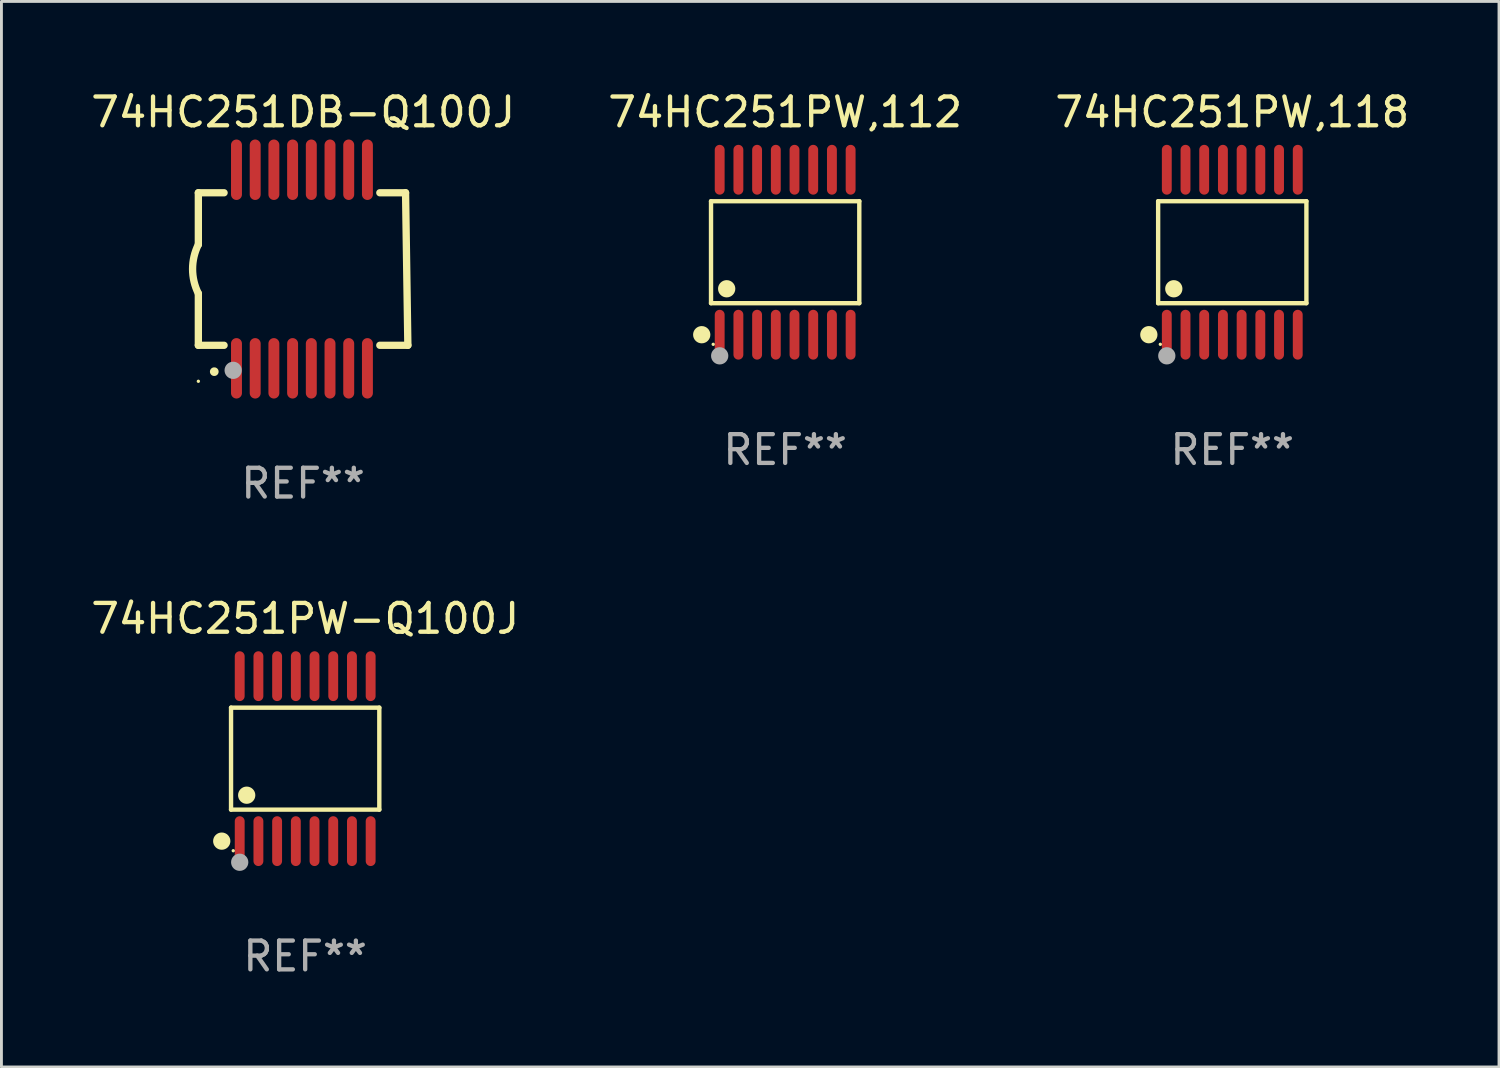
<source format=kicad_pcb>
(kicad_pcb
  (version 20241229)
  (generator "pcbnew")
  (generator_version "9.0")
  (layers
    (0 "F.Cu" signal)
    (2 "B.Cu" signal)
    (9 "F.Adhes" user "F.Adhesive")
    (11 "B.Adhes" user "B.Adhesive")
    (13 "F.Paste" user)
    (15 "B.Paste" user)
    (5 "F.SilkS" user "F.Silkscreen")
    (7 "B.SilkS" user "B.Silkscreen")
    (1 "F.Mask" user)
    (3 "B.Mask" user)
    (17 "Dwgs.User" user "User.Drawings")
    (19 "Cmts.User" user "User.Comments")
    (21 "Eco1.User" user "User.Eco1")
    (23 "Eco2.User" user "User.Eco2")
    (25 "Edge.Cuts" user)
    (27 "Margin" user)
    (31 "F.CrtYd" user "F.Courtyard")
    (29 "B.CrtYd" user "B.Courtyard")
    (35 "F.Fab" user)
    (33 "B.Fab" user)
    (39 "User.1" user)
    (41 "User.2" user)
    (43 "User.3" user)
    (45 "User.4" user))
  (footprint "74HC251PW,112"
    (layer "F.Cu")
    (at 24.232 5.714)
    (property "Reference" "74HC251PW,112" (at 0 -4.866 0) (layer "F.SilkS") (effects (font (size 1 1) (thickness 0.15))))
    (attr through_hole)
    (fp_line (start -2.576 -1.772) (end 2.576 -1.772) (stroke (width 0.152) (type solid)) (layer "F.SilkS"))
    (fp_line (start -2.576 1.771) (end -2.576 -1.772) (stroke (width 0.152) (type solid)) (layer "F.SilkS"))
    (fp_line (start 2.576 -1.772) (end 2.576 1.771) (stroke (width 0.152) (type solid)) (layer "F.SilkS"))
    (fp_line (start 2.576 1.771) (end -2.576 1.771) (stroke (width 0.152) (type solid)) (layer "F.SilkS"))
    (fp_circle (center -2.899 2.866) (end -2.749 2.866) (stroke (width 0.3) (type solid)) (fill no) (layer "F.SilkS"))
    (fp_circle (center -2.5 3.2) (end -2.47 3.2) (stroke (width 0.06) (type solid)) (fill no) (layer "F.SilkS"))
    (fp_circle (center -2.032 1.27) (end -1.882 1.27) (stroke (width 0.3) (type solid)) (fill no) (layer "F.SilkS"))
    (fp_circle (center -2.275 3.6) (end -2.125 3.6) (stroke (width 0.3) (type solid)) (fill no) (layer "F.Fab"))
    (fp_text user "REF**" (at 0 6.866 0) (layer "F.Fab") (effects (font (size 1 1) (thickness 0.15))))
    (pad "1" smd oval (at -2.275 2.866) (size 0.343 1.731) (layers "F.Cu" "F.Mask" "F.Paste"))
    (pad "2" smd oval (at -1.625 2.866) (size 0.343 1.731) (layers "F.Cu" "F.Mask" "F.Paste"))
    (pad "3" smd oval (at -0.975 2.866) (size 0.343 1.731) (layers "F.Cu" "F.Mask" "F.Paste"))
    (pad "4" smd oval (at -0.325 2.866) (size 0.343 1.731) (layers "F.Cu" "F.Mask" "F.Paste"))
    (pad "5" smd oval (at 0.325 2.866) (size 0.343 1.731) (layers "F.Cu" "F.Mask" "F.Paste"))
    (pad "6" smd oval (at 0.975 2.866) (size 0.343 1.731) (layers "F.Cu" "F.Mask" "F.Paste"))
    (pad "7" smd oval (at 1.625 2.866) (size 0.343 1.731) (layers "F.Cu" "F.Mask" "F.Paste"))
    (pad "8" smd oval (at 2.275 2.866) (size 0.343 1.731) (layers "F.Cu" "F.Mask" "F.Paste"))
    (pad "9" smd oval (at 2.275 -2.866) (size 0.343 1.731) (layers "F.Cu" "F.Mask" "F.Paste"))
    (pad "10" smd oval (at 1.625 -2.866) (size 0.343 1.731) (layers "F.Cu" "F.Mask" "F.Paste"))
    (pad "11" smd oval (at 0.975 -2.866) (size 0.343 1.731) (layers "F.Cu" "F.Mask" "F.Paste"))
    (pad "12" smd oval (at 0.325 -2.866) (size 0.343 1.731) (layers "F.Cu" "F.Mask" "F.Paste"))
    (pad "13" smd oval (at -0.325 -2.866) (size 0.343 1.731) (layers "F.Cu" "F.Mask" "F.Paste"))
    (pad "14" smd oval (at -0.975 -2.866) (size 0.343 1.731) (layers "F.Cu" "F.Mask" "F.Paste"))
    (pad "15" smd oval (at -1.625 -2.866) (size 0.343 1.731) (layers "F.Cu" "F.Mask" "F.Paste"))
    (pad "16" smd oval (at -2.275 -2.866) (size 0.343 1.731) (layers "F.Cu" "F.Mask" "F.Paste")))
  (footprint "74HC251PW-Q100J"
    (layer "F.Cu")
    (at 7.554 23.311)
    (property "Reference" "74HC251PW-Q100J" (at 0 -4.866 0) (layer "F.SilkS") (effects (font (size 1 1) (thickness 0.15))))
    (attr through_hole)
    (fp_line (start -2.576 -1.772) (end 2.576 -1.772) (stroke (width 0.152) (type solid)) (layer "F.SilkS"))
    (fp_line (start -2.576 1.771) (end -2.576 -1.772) (stroke (width 0.152) (type solid)) (layer "F.SilkS"))
    (fp_line (start 2.576 -1.772) (end 2.576 1.771) (stroke (width 0.152) (type solid)) (layer "F.SilkS"))
    (fp_line (start 2.576 1.771) (end -2.576 1.771) (stroke (width 0.152) (type solid)) (layer "F.SilkS"))
    (fp_circle (center -2.899 2.866) (end -2.749 2.866) (stroke (width 0.3) (type solid)) (fill no) (layer "F.SilkS"))
    (fp_circle (center -2.5 3.2) (end -2.47 3.2) (stroke (width 0.06) (type solid)) (fill no) (layer "F.SilkS"))
    (fp_circle (center -2.032 1.27) (end -1.882 1.27) (stroke (width 0.3) (type solid)) (fill no) (layer "F.SilkS"))
    (fp_circle (center -2.275 3.6) (end -2.125 3.6) (stroke (width 0.3) (type solid)) (fill no) (layer "F.Fab"))
    (fp_text user "REF**" (at 0 6.866 0) (layer "F.Fab") (effects (font (size 1 1) (thickness 0.15))))
    (pad "1" smd oval (at -2.275 2.866) (size 0.343 1.731) (layers "F.Cu" "F.Mask" "F.Paste"))
    (pad "2" smd oval (at -1.625 2.866) (size 0.343 1.731) (layers "F.Cu" "F.Mask" "F.Paste"))
    (pad "3" smd oval (at -0.975 2.866) (size 0.343 1.731) (layers "F.Cu" "F.Mask" "F.Paste"))
    (pad "4" smd oval (at -0.325 2.866) (size 0.343 1.731) (layers "F.Cu" "F.Mask" "F.Paste"))
    (pad "5" smd oval (at 0.325 2.866) (size 0.343 1.731) (layers "F.Cu" "F.Mask" "F.Paste"))
    (pad "6" smd oval (at 0.975 2.866) (size 0.343 1.731) (layers "F.Cu" "F.Mask" "F.Paste"))
    (pad "7" smd oval (at 1.625 2.866) (size 0.343 1.731) (layers "F.Cu" "F.Mask" "F.Paste"))
    (pad "8" smd oval (at 2.275 2.866) (size 0.343 1.731) (layers "F.Cu" "F.Mask" "F.Paste"))
    (pad "9" smd oval (at 2.275 -2.866) (size 0.343 1.731) (layers "F.Cu" "F.Mask" "F.Paste"))
    (pad "10" smd oval (at 1.625 -2.866) (size 0.343 1.731) (layers "F.Cu" "F.Mask" "F.Paste"))
    (pad "11" smd oval (at 0.975 -2.866) (size 0.343 1.731) (layers "F.Cu" "F.Mask" "F.Paste"))
    (pad "12" smd oval (at 0.325 -2.866) (size 0.343 1.731) (layers "F.Cu" "F.Mask" "F.Paste"))
    (pad "13" smd oval (at -0.325 -2.866) (size 0.343 1.731) (layers "F.Cu" "F.Mask" "F.Paste"))
    (pad "14" smd oval (at -0.975 -2.866) (size 0.343 1.731) (layers "F.Cu" "F.Mask" "F.Paste"))
    (pad "15" smd oval (at -1.625 -2.866) (size 0.343 1.731) (layers "F.Cu" "F.Mask" "F.Paste"))
    (pad "16" smd oval (at -2.275 -2.866) (size 0.343 1.731) (layers "F.Cu" "F.Mask" "F.Paste")))
  (footprint "74HC251DB-Q100J"
    (layer "F.Cu")
    (at 7.482 6.298)
    (property "Reference" "74HC251DB-Q100J" (at 0 -5.45 0) (layer "F.SilkS") (effects (font (size 1 1) (thickness 0.15))))
    (attr through_hole)
    (fp_line (start -3.64 -2.65) (end -3.64 -0.85) (stroke (width 0.254) (type solid)) (layer "F.SilkS"))
    (fp_line (start -3.64 -2.65) (end -2.746 -2.65) (stroke (width 0.254) (type solid)) (layer "F.SilkS"))
    (fp_line (start -3.64 2.65) (end -3.64 0.85) (stroke (width 0.254) (type solid)) (layer "F.SilkS"))
    (fp_line (start -3.64 2.65) (end -2.746 2.65) (stroke (width 0.254) (type solid)) (layer "F.SilkS"))
    (fp_line (start 2.666 -2.65) (end 3.56 -2.65) (stroke (width 0.254) (type solid)) (layer "F.SilkS"))
    (fp_line (start 2.666 2.65) (end 3.64 2.65) (stroke (width 0.254) (type solid)) (layer "F.SilkS"))
    (fp_line (start 3.56 -2.65) (end 3.64 2.65) (stroke (width 0.254) (type solid)) (layer "F.SilkS"))
    (fp_arc (start -3.639294 0.850901) (mid -3.840313 0.000477) (end -3.640005 -0.850114) (stroke (width 0.254001) (type solid)) (layer "F.SilkS"))
    (fp_arc (start -3.088011 3.566066) (mid -3.086741 3.566061) (end -3.085471 3.566066) (stroke (width 0.3) (type solid)) (layer "F.SilkS"))
    (fp_circle (center -3.64 3.9) (end -3.61 3.9) (stroke (width 0.06) (type solid)) (fill no) (layer "F.SilkS"))
    (fp_circle (center -2.43 3.52) (end -2.28 3.52) (stroke (width 0.3) (type solid)) (fill no) (layer "F.Fab"))
    (fp_text user "REF**" (at 0 7.45 0) (layer "F.Fab") (effects (font (size 1 1) (thickness 0.15))))
    (pad "1" smd oval (at -2.315 3.45) (size 0.38 2.1) (layers "F.Cu" "F.Mask" "F.Paste"))
    (pad "2" smd oval (at -1.665 3.45) (size 0.38 2.1) (layers "F.Cu" "F.Mask" "F.Paste"))
    (pad "3" smd oval (at -1.015 3.45) (size 0.38 2.1) (layers "F.Cu" "F.Mask" "F.Paste"))
    (pad "4" smd oval (at -0.365 3.45) (size 0.38 2.1) (layers "F.Cu" "F.Mask" "F.Paste"))
    (pad "5" smd oval (at 0.285 3.45) (size 0.38 2.1) (layers "F.Cu" "F.Mask" "F.Paste"))
    (pad "6" smd oval (at 0.935 3.45) (size 0.38 2.1) (layers "F.Cu" "F.Mask" "F.Paste"))
    (pad "7" smd oval (at 1.585 3.45) (size 0.38 2.1) (layers "F.Cu" "F.Mask" "F.Paste"))
    (pad "8" smd oval (at 2.235 3.45) (size 0.38 2.1) (layers "F.Cu" "F.Mask" "F.Paste"))
    (pad "9" smd oval (at 2.235 -3.45) (size 0.38 2.1) (layers "F.Cu" "F.Mask" "F.Paste"))
    (pad "10" smd oval (at 1.585 -3.45) (size 0.38 2.1) (layers "F.Cu" "F.Mask" "F.Paste"))
    (pad "11" smd oval (at 0.935 -3.45) (size 0.38 2.1) (layers "F.Cu" "F.Mask" "F.Paste"))
    (pad "12" smd oval (at 0.285 -3.45) (size 0.38 2.1) (layers "F.Cu" "F.Mask" "F.Paste"))
    (pad "13" smd oval (at -0.365 -3.45) (size 0.38 2.1) (layers "F.Cu" "F.Mask" "F.Paste"))
    (pad "14" smd oval (at -1.015 -3.45) (size 0.38 2.1) (layers "F.Cu" "F.Mask" "F.Paste"))
    (pad "15" smd oval (at -1.665 -3.45) (size 0.38 2.1) (layers "F.Cu" "F.Mask" "F.Paste"))
    (pad "16" smd oval (at -2.315 -3.45) (size 0.38 2.1) (layers "F.Cu" "F.Mask" "F.Paste")))
  (footprint "74HC251PW,118"
    (layer "F.Cu")
    (at 39.768 5.714)
    (property "Reference" "74HC251PW,118" (at 0 -4.866 0) (layer "F.SilkS") (effects (font (size 1 1) (thickness 0.15))))
    (attr through_hole)
    (fp_line (start -2.576 -1.772) (end 2.576 -1.772) (stroke (width 0.152) (type solid)) (layer "F.SilkS"))
    (fp_line (start -2.576 1.771) (end -2.576 -1.772) (stroke (width 0.152) (type solid)) (layer "F.SilkS"))
    (fp_line (start 2.576 -1.772) (end 2.576 1.771) (stroke (width 0.152) (type solid)) (layer "F.SilkS"))
    (fp_line (start 2.576 1.771) (end -2.576 1.771) (stroke (width 0.152) (type solid)) (layer "F.SilkS"))
    (fp_circle (center -2.899 2.866) (end -2.749 2.866) (stroke (width 0.3) (type solid)) (fill no) (layer "F.SilkS"))
    (fp_circle (center -2.5 3.2) (end -2.47 3.2) (stroke (width 0.06) (type solid)) (fill no) (layer "F.SilkS"))
    (fp_circle (center -2.032 1.27) (end -1.882 1.27) (stroke (width 0.3) (type solid)) (fill no) (layer "F.SilkS"))
    (fp_circle (center -2.275 3.6) (end -2.125 3.6) (stroke (width 0.3) (type solid)) (fill no) (layer "F.Fab"))
    (fp_text user "REF**" (at 0 6.866 0) (layer "F.Fab") (effects (font (size 1 1) (thickness 0.15))))
    (pad "1" smd oval (at -2.275 2.866) (size 0.343 1.731) (layers "F.Cu" "F.Mask" "F.Paste"))
    (pad "2" smd oval (at -1.625 2.866) (size 0.343 1.731) (layers "F.Cu" "F.Mask" "F.Paste"))
    (pad "3" smd oval (at -0.975 2.866) (size 0.343 1.731) (layers "F.Cu" "F.Mask" "F.Paste"))
    (pad "4" smd oval (at -0.325 2.866) (size 0.343 1.731) (layers "F.Cu" "F.Mask" "F.Paste"))
    (pad "5" smd oval (at 0.325 2.866) (size 0.343 1.731) (layers "F.Cu" "F.Mask" "F.Paste"))
    (pad "6" smd oval (at 0.975 2.866) (size 0.343 1.731) (layers "F.Cu" "F.Mask" "F.Paste"))
    (pad "7" smd oval (at 1.625 2.866) (size 0.343 1.731) (layers "F.Cu" "F.Mask" "F.Paste"))
    (pad "8" smd oval (at 2.275 2.866) (size 0.343 1.731) (layers "F.Cu" "F.Mask" "F.Paste"))
    (pad "9" smd oval (at 2.275 -2.866) (size 0.343 1.731) (layers "F.Cu" "F.Mask" "F.Paste"))
    (pad "10" smd oval (at 1.625 -2.866) (size 0.343 1.731) (layers "F.Cu" "F.Mask" "F.Paste"))
    (pad "11" smd oval (at 0.975 -2.866) (size 0.343 1.731) (layers "F.Cu" "F.Mask" "F.Paste"))
    (pad "12" smd oval (at 0.325 -2.866) (size 0.343 1.731) (layers "F.Cu" "F.Mask" "F.Paste"))
    (pad "13" smd oval (at -0.325 -2.866) (size 0.343 1.731) (layers "F.Cu" "F.Mask" "F.Paste"))
    (pad "14" smd oval (at -0.975 -2.866) (size 0.343 1.731) (layers "F.Cu" "F.Mask" "F.Paste"))
    (pad "15" smd oval (at -1.625 -2.866) (size 0.343 1.731) (layers "F.Cu" "F.Mask" "F.Paste"))
    (pad "16" smd oval (at -2.275 -2.866) (size 0.343 1.731) (layers "F.Cu" "F.Mask" "F.Paste")))
  (gr_rect
    (start -3 -3)
    (end 49.036 34.025)
    (stroke (width 0.1) (type default))
    (fill no)
    (layer "Edge.Cuts")))
</source>
